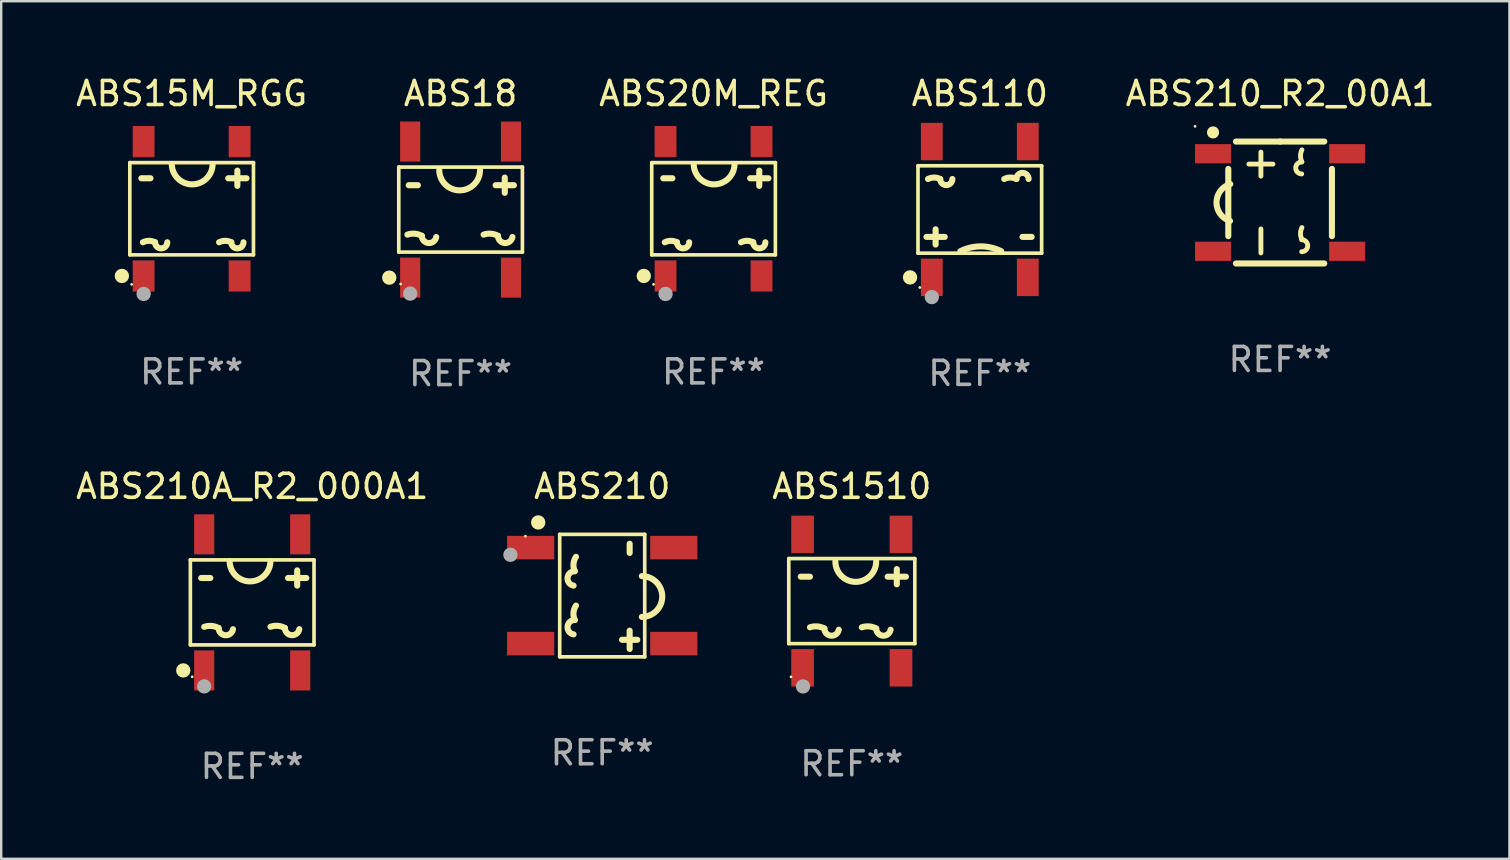
<source format=kicad_pcb>
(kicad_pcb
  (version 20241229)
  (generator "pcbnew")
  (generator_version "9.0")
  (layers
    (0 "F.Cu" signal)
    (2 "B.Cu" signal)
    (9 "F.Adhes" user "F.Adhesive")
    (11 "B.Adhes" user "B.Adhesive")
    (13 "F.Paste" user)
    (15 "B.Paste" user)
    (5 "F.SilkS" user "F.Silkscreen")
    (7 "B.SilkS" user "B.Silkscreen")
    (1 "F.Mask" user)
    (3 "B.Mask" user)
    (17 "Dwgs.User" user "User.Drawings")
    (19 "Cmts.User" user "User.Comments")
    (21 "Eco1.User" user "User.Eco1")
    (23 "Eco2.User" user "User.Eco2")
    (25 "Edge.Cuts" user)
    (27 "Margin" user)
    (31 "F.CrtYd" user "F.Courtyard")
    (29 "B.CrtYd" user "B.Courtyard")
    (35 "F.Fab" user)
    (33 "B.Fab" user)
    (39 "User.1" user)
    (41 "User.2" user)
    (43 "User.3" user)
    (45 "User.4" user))
  (footprint "ABS210"
    (layer "F.Cu")
    (at 22.042 21.766)
    (property "Reference" "ABS210" (at 0 -4.551 0) (layer "F.SilkS") (effects (font (size 1 1) (thickness 0.15))))
    (attr through_hole)
    (fp_line (start -1.771 -2.551) (end 1.771 -2.551) (stroke (width 0.152) (type solid)) (layer "F.SilkS"))
    (fp_line (start -1.771 2.551) (end -1.771 -2.551) (stroke (width 0.152) (type solid)) (layer "F.SilkS"))
    (fp_line (start 1.143 -2.159) (end 1.143 -1.778) (stroke (width 0.254) (type solid)) (layer "F.SilkS"))
    (fp_line (start 1.143 1.461) (end 1.143 2.223) (stroke (width 0.254) (type solid)) (layer "F.SilkS"))
    (fp_line (start 1.461 1.842) (end 0.826 1.842) (stroke (width 0.254) (type solid)) (layer "F.SilkS"))
    (fp_line (start 1.771 -2.551) (end 1.771 2.551) (stroke (width 0.152) (type solid)) (layer "F.SilkS"))
    (fp_line (start 1.771 2.551) (end -1.771 2.551) (stroke (width 0.152) (type solid)) (layer "F.SilkS"))
    (fp_arc (start -1.19299 -0.416027) (mid -1.4449 -0.739086) (end -1.143001 -1.016002) (stroke (width 0.254001) (type solid)) (layer "F.SilkS"))
    (fp_arc (start -1.19299 1.615977) (mid -1.4449 1.292918) (end -1.143001 1.016002) (stroke (width 0.254001) (type solid)) (layer "F.SilkS"))
    (fp_arc (start -1.143003 -1.016001) (mid -1.196792 -1.322628) (end -1.092939 -1.616104) (stroke (width 0.254001) (type solid)) (layer "F.SilkS"))
    (fp_arc (start -1.143003 1.016003) (mid -1.196792 0.709376) (end -1.092939 0.4159) (stroke (width 0.254001) (type solid)) (layer "F.SilkS"))
    (fp_arc (start 1.651004 -0.81105) (mid 2.50089 0.038976) (end 1.651003 0.889002) (stroke (width 0.254001) (type solid)) (layer "F.SilkS"))
    (fp_circle (center -3.2 -2.475) (end -3.17 -2.475) (stroke (width 0.06) (type solid)) (fill no) (layer "F.SilkS"))
    (fp_circle (center -2.667 -3.048) (end -2.517 -3.048) (stroke (width 0.3) (type solid)) (fill no) (layer "F.SilkS"))
    (fp_circle (center -3.825 -1.7) (end -3.675 -1.7) (stroke (width 0.3) (type solid)) (fill no) (layer "F.Fab"))
    (fp_text user "REF**" (at 0 6.551 0) (layer "F.Fab") (effects (font (size 1 1) (thickness 0.15))))
    (pad "1" smd rect (at -2.982 -2 90) (size 0.98 1.965) (layers "F.Cu" "F.Mask" "F.Paste"))
    (pad "2" smd rect (at -2.982 2 90) (size 0.98 1.965) (layers "F.Cu" "F.Mask" "F.Paste"))
    (pad "3" smd rect (at 2.982 2 90) (size 0.98 1.965) (layers "F.Cu" "F.Mask" "F.Paste"))
    (pad "4" smd rect (at 2.982 -2 90) (size 0.98 1.965) (layers "F.Cu" "F.Mask" "F.Paste")))
  (footprint "ABS210A_R2_000A1"
    (layer "F.Cu")
    (at 7.458 22.049)
    (property "Reference" "ABS210A_R2_000A1" (at 0 -4.835 0) (layer "F.SilkS") (effects (font (size 1 1) (thickness 0.15))))
    (attr through_hole)
    (fp_line (start -2.576 -1.771) (end 2.576 -1.771) (stroke (width 0.152) (type solid)) (layer "F.SilkS"))
    (fp_line (start -2.576 1.771) (end -2.576 -1.771) (stroke (width 0.152) (type solid)) (layer "F.SilkS"))
    (fp_line (start -2.125 -1.016) (end -1.744 -1.016) (stroke (width 0.254) (type solid)) (layer "F.SilkS"))
    (fp_line (start 1.494 -1.016) (end 2.256 -1.016) (stroke (width 0.254) (type solid)) (layer "F.SilkS"))
    (fp_line (start 1.875 -1.334) (end 1.875 -0.699) (stroke (width 0.254) (type solid)) (layer "F.SilkS"))
    (fp_line (start 2.576 -1.771) (end 2.576 1.771) (stroke (width 0.152) (type solid)) (layer "F.SilkS"))
    (fp_line (start 2.576 1.771) (end -2.576 1.771) (stroke (width 0.152) (type solid)) (layer "F.SilkS"))
    (fp_arc (start -2 1.01905) (mid -1.694694 0.981089) (end -1.399899 1.069113) (stroke (width 0.254001) (type solid)) (layer "F.SilkS"))
    (fp_arc (start -0.799924 1.119101) (mid -1.122823 1.369113) (end -1.399898 1.069114) (stroke (width 0.254001) (type solid)) (layer "F.SilkS"))
    (fp_arc (start 0.759055 -1.72474) (mid -0.09097 -0.874854) (end -0.940995 -1.724739) (stroke (width 0.254001) (type solid)) (layer "F.SilkS"))
    (fp_arc (start 0.762002 1.016002) (mid 1.067308 0.978041) (end 1.362103 1.066065) (stroke (width 0.254001) (type solid)) (layer "F.SilkS"))
    (fp_arc (start 1.962078 1.116053) (mid 1.639178 1.366066) (end 1.362102 1.066066) (stroke (width 0.254001) (type solid)) (layer "F.SilkS"))
    (fp_circle (center -2.872 2.835) (end -2.722 2.835) (stroke (width 0.3) (type solid)) (fill no) (layer "F.SilkS"))
    (fp_circle (center -2.5 3.1) (end -2.47 3.1) (stroke (width 0.06) (type solid)) (fill no) (layer "F.SilkS"))
    (fp_circle (center -2 3.5) (end -1.85 3.5) (stroke (width 0.3) (type solid)) (fill no) (layer "F.Fab"))
    (fp_text user "REF**" (at 0 6.835 0) (layer "F.Fab") (effects (font (size 1 1) (thickness 0.15))))
    (pad "1" smd rect (at -2 2.835) (size 0.84 1.67) (layers "F.Cu" "F.Mask" "F.Paste"))
    (pad "2" smd rect (at 2 2.835) (size 0.84 1.67) (layers "F.Cu" "F.Mask" "F.Paste"))
    (pad "3" smd rect (at 2 -2.835) (size 0.84 1.67) (layers "F.Cu" "F.Mask" "F.Paste"))
    (pad "4" smd rect (at -2 -2.835) (size 0.84 1.67) (layers "F.Cu" "F.Mask" "F.Paste")))
  (footprint "ABS210_R2_00A1"
    (layer "F.Cu")
    (at 50.287 5.388)
    (property "Reference" "ABS210_R2_00A1" (at 0 -4.54 0) (layer "F.SilkS") (effects (font (size 1 1) (thickness 0.15))))
    (attr through_hole)
    (fp_line (start -2.159 -1.401) (end -2.159 1.401) (stroke (width 0.254) (type solid)) (layer "F.SilkS"))
    (fp_line (start -1.84 2.54) (end 1.84 2.54) (stroke (width 0.254) (type solid)) (layer "F.SilkS"))
    (fp_line (start -0.8 -1.1) (end -0.8 -2.1) (stroke (width 0.203) (type solid)) (layer "F.SilkS"))
    (fp_line (start -0.8 2.1) (end -0.8 1.1) (stroke (width 0.203) (type solid)) (layer "F.SilkS"))
    (fp_line (start -0.3 -1.6) (end -1.3 -1.6) (stroke (width 0.203) (type solid)) (layer "F.SilkS"))
    (fp_line (start 0 -2.54) (end -1.84 -2.54) (stroke (width 0.254) (type solid)) (layer "F.SilkS"))
    (fp_line (start 0 -2.54) (end 1.84 -2.54) (stroke (width 0.254) (type solid)) (layer "F.SilkS"))
    (fp_line (start 2.159 -1.401) (end 2.159 1.401) (stroke (width 0.254) (type solid)) (layer "F.SilkS"))
    (fp_arc (start -2.087833 0.768682) (mid -2.650369 -0.004168) (end -2.076556 -0.768683) (stroke (width 0.254001) (type solid)) (layer "F.SilkS"))
    (fp_arc (start 0.899161 1.549404) (mid 1.149161 1.799594) (end 0.899162 2.049784) (stroke (width 0.2032) (type solid)) (layer "F.SilkS"))
    (fp_arc (start 0.899162 -1.191262) (mid 0.651318 -1.440183) (end 0.899161 -1.689104) (stroke (width 0.2032) (type solid)) (layer "F.SilkS"))
    (fp_arc (start 0.909321 1.544323) (mid 0.850239 1.294132) (end 0.909322 1.043942) (stroke (width 0.2032) (type solid)) (layer "F.SilkS"))
    (fp_arc (start 0.909322 -1.694184) (mid 0.85024 -1.944374) (end 0.909322 -2.194564) (stroke (width 0.2032) (type solid)) (layer "F.SilkS"))
    (fp_circle (center -3.544 -3.175) (end -3.514 -3.175) (stroke (width 0.06) (type solid)) (fill no) (layer "F.SilkS"))
    (fp_circle (center -2.794 -2.921) (end -2.667 -2.921) (stroke (width 0.254) (type solid)) (fill no) (layer "F.SilkS"))
    (fp_text user "REF**" (at 0 6.54 0) (layer "F.Fab") (effects (font (size 1 1) (thickness 0.15))))
    (pad "1" smd rect (at -2.794 -2.032 90) (size 0.8 1.5) (layers "F.Cu" "F.Mask" "F.Paste"))
    (pad "2" smd rect (at -2.794 2.032 90) (size 0.8 1.5) (layers "F.Cu" "F.Mask" "F.Paste"))
    (pad "3" smd rect (at 2.794 2.032 90) (size 0.8 1.5) (layers "F.Cu" "F.Mask" "F.Paste"))
    (pad "4" smd rect (at 2.794 -2.032 90) (size 0.8 1.5) (layers "F.Cu" "F.Mask" "F.Paste")))
  (footprint "ABS110"
    (layer "F.Cu")
    (at 37.775 5.678)
    (property "Reference" "ABS110" (at 0 -4.83 0) (layer "F.SilkS") (effects (font (size 1 1) (thickness 0.15))))
    (attr through_hole)
    (fp_line (start -2.576 -1.821) (end 2.576 -1.821) (stroke (width 0.152) (type solid)) (layer "F.SilkS"))
    (fp_line (start -2.576 1.821) (end -2.576 -1.821) (stroke (width 0.152) (type solid)) (layer "F.SilkS"))
    (fp_line (start -1.842 1.461) (end -1.842 0.826) (stroke (width 0.254) (type solid)) (layer "F.SilkS"))
    (fp_line (start -1.461 1.143) (end -2.223 1.143) (stroke (width 0.254) (type solid)) (layer "F.SilkS"))
    (fp_line (start 2.159 1.143) (end 1.778 1.143) (stroke (width 0.254) (type solid)) (layer "F.SilkS"))
    (fp_line (start 2.576 -1.821) (end 2.576 1.821) (stroke (width 0.152) (type solid)) (layer "F.SilkS"))
    (fp_line (start 2.576 1.821) (end -2.576 1.821) (stroke (width 0.152) (type solid)) (layer "F.SilkS"))
    (fp_arc (start -2.159004 -1.270003) (mid -1.905004 -1.329964) (end -1.651003 -1.270003) (stroke (width 0.254001) (type solid)) (layer "F.SilkS"))
    (fp_arc (start -1.143002 -1.270003) (mid -1.397003 -1.016002) (end -1.651004 -1.270003) (stroke (width 0.254001) (type solid)) (layer "F.SilkS"))
    (fp_arc (start -0.809881 1.73871) (mid 0.040144 1.538031) (end 0.89017 1.738709) (stroke (width 0.254001) (type solid)) (layer "F.SilkS"))
    (fp_arc (start 1.016002 -1.270003) (mid 1.270003 -1.329965) (end 1.524003 -1.270003) (stroke (width 0.254001) (type solid)) (layer "F.SilkS"))
    (fp_arc (start 1.524004 -1.270003) (mid 1.778004 -1.524003) (end 2.032004 -1.270003) (stroke (width 0.254001) (type solid)) (layer "F.SilkS"))
    (fp_circle (center -2.907 2.83) (end -2.757 2.83) (stroke (width 0.3) (type solid)) (fill no) (layer "F.SilkS"))
    (fp_circle (center -2.5 3.25) (end -2.47 3.25) (stroke (width 0.06) (type solid)) (fill no) (layer "F.SilkS"))
    (fp_circle (center -2 3.65) (end -1.85 3.65) (stroke (width 0.3) (type solid)) (fill no) (layer "F.Fab"))
    (fp_text user "REF**" (at 0 6.83 0) (layer "F.Fab") (effects (font (size 1 1) (thickness 0.15))))
    (pad "1" smd rect (at -2 2.83) (size 0.91 1.56) (layers "F.Cu" "F.Mask" "F.Paste"))
    (pad "2" smd rect (at 2 2.83) (size 0.91 1.56) (layers "F.Cu" "F.Mask" "F.Paste"))
    (pad "3" smd rect (at 2 -2.83) (size 0.91 1.56) (layers "F.Cu" "F.Mask" "F.Paste"))
    (pad "4" smd rect (at -2 -2.83) (size 0.91 1.56) (layers "F.Cu" "F.Mask" "F.Paste")))
  (footprint "ABS18"
    (layer "F.Cu")
    (at 16.141 5.683)
    (property "Reference" "ABS18" (at 0 -4.835 0) (layer "F.SilkS") (effects (font (size 1 1) (thickness 0.15))))
    (attr through_hole)
    (fp_line (start -2.576 -1.771) (end 2.576 -1.771) (stroke (width 0.152) (type solid)) (layer "F.SilkS"))
    (fp_line (start -2.576 1.771) (end -2.576 -1.771) (stroke (width 0.152) (type solid)) (layer "F.SilkS"))
    (fp_line (start -2.16 -1.016) (end -1.779 -1.016) (stroke (width 0.254) (type solid)) (layer "F.SilkS"))
    (fp_line (start 1.46 -1.016) (end 2.222 -1.016) (stroke (width 0.254) (type solid)) (layer "F.SilkS"))
    (fp_line (start 1.841 -1.334) (end 1.841 -0.699) (stroke (width 0.254) (type solid)) (layer "F.SilkS"))
    (fp_line (start 2.576 -1.771) (end 2.576 1.771) (stroke (width 0.152) (type solid)) (layer "F.SilkS"))
    (fp_line (start 2.576 1.771) (end -2.576 1.771) (stroke (width 0.152) (type solid)) (layer "F.SilkS"))
    (fp_arc (start -2.216078 1.042951) (mid -1.910784 1.004994) (end -1.616001 1.093015) (stroke (width 0.254001) (type solid)) (layer "F.SilkS"))
    (fp_arc (start -1.016002 1.143002) (mid -1.338913 1.393016) (end -1.616002 1.093016) (stroke (width 0.254001) (type solid)) (layer "F.SilkS"))
    (fp_arc (start 0.811024 -1.651003) (mid -0.038989 -0.801117) (end -0.889002 -1.651003) (stroke (width 0.254001) (type solid)) (layer "F.SilkS"))
    (fp_arc (start 0.958928 1.042926) (mid 1.264237 1.004981) (end 1.55903 1.093015) (stroke (width 0.254001) (type solid)) (layer "F.SilkS"))
    (fp_arc (start 2.159004 1.143002) (mid 1.836105 1.393014) (end 1.55903 1.093015) (stroke (width 0.254001) (type solid)) (layer "F.SilkS"))
    (fp_circle (center -2.972 2.835) (end -2.822 2.835) (stroke (width 0.3) (type solid)) (fill no) (layer "F.SilkS"))
    (fp_circle (center -2.5 3.1) (end -2.47 3.1) (stroke (width 0.06) (type solid)) (fill no) (layer "F.SilkS"))
    (fp_circle (center -2.1 3.5) (end -1.95 3.5) (stroke (width 0.3) (type solid)) (fill no) (layer "F.Fab"))
    (fp_text user "REF**" (at 0 6.835 0) (layer "F.Fab") (effects (font (size 1 1) (thickness 0.15))))
    (pad "1" smd rect (at -2.1 2.835) (size 0.84 1.67) (layers "F.Cu" "F.Mask" "F.Paste"))
    (pad "2" smd rect (at 2.1 2.835) (size 0.84 1.67) (layers "F.Cu" "F.Mask" "F.Paste"))
    (pad "3" smd rect (at 2.1 -2.835) (size 0.84 1.67) (layers "F.Cu" "F.Mask" "F.Paste"))
    (pad "4" smd rect (at -2.1 -2.835) (size 0.84 1.67) (layers "F.Cu" "F.Mask" "F.Paste")))
  (footprint "ABS20M_REG"
    (layer "F.Cu")
    (at 26.681 5.648)
    (property "Reference" "ABS20M_REG" (at 0 -4.8 0) (layer "F.SilkS") (effects (font (size 1 1) (thickness 0.15))))
    (attr through_hole)
    (fp_line (start -2.576 -1.921) (end 2.576 -1.921) (stroke (width 0.152) (type solid)) (layer "F.SilkS"))
    (fp_line (start -2.576 1.921) (end -2.576 -1.921) (stroke (width 0.152) (type solid)) (layer "F.SilkS"))
    (fp_line (start -2.096 -1.27) (end -1.715 -1.27) (stroke (width 0.254) (type solid)) (layer "F.SilkS"))
    (fp_line (start 1.524 -1.27) (end 2.286 -1.27) (stroke (width 0.254) (type solid)) (layer "F.SilkS"))
    (fp_line (start 1.905 -1.588) (end 1.905 -0.953) (stroke (width 0.254) (type solid)) (layer "F.SilkS"))
    (fp_line (start 2.576 -1.921) (end 2.576 1.921) (stroke (width 0.152) (type solid)) (layer "F.SilkS"))
    (fp_line (start 2.576 1.921) (end -2.576 1.921) (stroke (width 0.152) (type solid)) (layer "F.SilkS"))
    (fp_arc (start -2.032004 1.397003) (mid -1.778004 1.337042) (end -1.524003 1.397003) (stroke (width 0.254001) (type solid)) (layer "F.SilkS"))
    (fp_arc (start -1.016002 1.397003) (mid -1.270003 1.651004) (end -1.524004 1.397003) (stroke (width 0.254001) (type solid)) (layer "F.SilkS"))
    (fp_arc (start 0.873381 -1.86571) (mid 0.023355 -1.015824) (end -0.826671 -1.865711) (stroke (width 0.254001) (type solid)) (layer "F.SilkS"))
    (fp_arc (start 1.143002 1.397003) (mid 1.397003 1.337041) (end 1.651003 1.397003) (stroke (width 0.254001) (type solid)) (layer "F.SilkS"))
    (fp_arc (start 2.159004 1.397003) (mid 1.905004 1.651003) (end 1.651004 1.397003) (stroke (width 0.254001) (type solid)) (layer "F.SilkS"))
    (fp_circle (center -2.907 2.8) (end -2.757 2.8) (stroke (width 0.3) (type solid)) (fill no) (layer "F.SilkS"))
    (fp_circle (center -2.5 3.15) (end -2.47 3.15) (stroke (width 0.06) (type solid)) (fill no) (layer "F.SilkS"))
    (fp_circle (center -2 3.55) (end -1.85 3.55) (stroke (width 0.3) (type solid)) (fill no) (layer "F.Fab"))
    (fp_text user "REF**" (at 0 6.8 0) (layer "F.Fab") (effects (font (size 1 1) (thickness 0.15))))
    (pad "1" smd rect (at -2 2.8) (size 0.91 1.3) (layers "F.Cu" "F.Mask" "F.Paste"))
    (pad "2" smd rect (at 2 2.8) (size 0.91 1.3) (layers "F.Cu" "F.Mask" "F.Paste"))
    (pad "3" smd rect (at 2 -2.8) (size 0.91 1.3) (layers "F.Cu" "F.Mask" "F.Paste"))
    (pad "4" smd rect (at -2 -2.8) (size 0.91 1.3) (layers "F.Cu" "F.Mask" "F.Paste")))
  (footprint "ABS15M_RGG"
    (layer "F.Cu")
    (at 4.935 5.648)
    (property "Reference" "ABS15M_RGG" (at 0 -4.8 0) (layer "F.SilkS") (effects (font (size 1 1) (thickness 0.15))))
    (attr through_hole)
    (fp_line (start -2.576 -1.921) (end 2.576 -1.921) (stroke (width 0.152) (type solid)) (layer "F.SilkS"))
    (fp_line (start -2.576 1.921) (end -2.576 -1.921) (stroke (width 0.152) (type solid)) (layer "F.SilkS"))
    (fp_line (start -2.096 -1.27) (end -1.715 -1.27) (stroke (width 0.254) (type solid)) (layer "F.SilkS"))
    (fp_line (start 1.524 -1.27) (end 2.286 -1.27) (stroke (width 0.254) (type solid)) (layer "F.SilkS"))
    (fp_line (start 1.905 -1.588) (end 1.905 -0.953) (stroke (width 0.254) (type solid)) (layer "F.SilkS"))
    (fp_line (start 2.576 -1.921) (end 2.576 1.921) (stroke (width 0.152) (type solid)) (layer "F.SilkS"))
    (fp_line (start 2.576 1.921) (end -2.576 1.921) (stroke (width 0.152) (type solid)) (layer "F.SilkS"))
    (fp_arc (start -2.032004 1.397003) (mid -1.778004 1.337042) (end -1.524003 1.397003) (stroke (width 0.254001) (type solid)) (layer "F.SilkS"))
    (fp_arc (start -1.016002 1.397003) (mid -1.270003 1.651004) (end -1.524004 1.397003) (stroke (width 0.254001) (type solid)) (layer "F.SilkS"))
    (fp_arc (start 0.873381 -1.86571) (mid 0.023355 -1.015824) (end -0.826671 -1.865711) (stroke (width 0.254001) (type solid)) (layer "F.SilkS"))
    (fp_arc (start 1.143002 1.397003) (mid 1.397003 1.337041) (end 1.651003 1.397003) (stroke (width 0.254001) (type solid)) (layer "F.SilkS"))
    (fp_arc (start 2.159004 1.397003) (mid 1.905004 1.651003) (end 1.651004 1.397003) (stroke (width 0.254001) (type solid)) (layer "F.SilkS"))
    (fp_circle (center -2.907 2.8) (end -2.757 2.8) (stroke (width 0.3) (type solid)) (fill no) (layer "F.SilkS"))
    (fp_circle (center -2.5 3.15) (end -2.47 3.15) (stroke (width 0.06) (type solid)) (fill no) (layer "F.SilkS"))
    (fp_circle (center -2 3.55) (end -1.85 3.55) (stroke (width 0.3) (type solid)) (fill no) (layer "F.Fab"))
    (fp_text user "REF**" (at 0 6.8 0) (layer "F.Fab") (effects (font (size 1 1) (thickness 0.15))))
    (pad "1" smd rect (at -2 2.8) (size 0.91 1.3) (layers "F.Cu" "F.Mask" "F.Paste"))
    (pad "2" smd rect (at 2 2.8) (size 0.91 1.3) (layers "F.Cu" "F.Mask" "F.Paste"))
    (pad "3" smd rect (at 2 -2.8) (size 0.91 1.3) (layers "F.Cu" "F.Mask" "F.Paste"))
    (pad "4" smd rect (at -2 -2.8) (size 0.91 1.3) (layers "F.Cu" "F.Mask" "F.Paste")))
  (footprint "ABS1510"
    (layer "F.Cu")
    (at 32.441 21.995)
    (property "Reference" "ABS1510" (at 0 -4.78 0) (layer "F.SilkS") (effects (font (size 1 1) (thickness 0.15))))
    (attr through_hole)
    (fp_line (start -2.626 -1.771) (end 2.626 -1.771) (stroke (width 0.152) (type solid)) (layer "F.SilkS"))
    (fp_line (start -2.626 1.771) (end -2.626 -1.771) (stroke (width 0.152) (type solid)) (layer "F.SilkS"))
    (fp_line (start -2.125 -1.016) (end -1.744 -1.016) (stroke (width 0.254) (type solid)) (layer "F.SilkS"))
    (fp_line (start 1.494 -1.016) (end 2.256 -1.016) (stroke (width 0.254) (type solid)) (layer "F.SilkS"))
    (fp_line (start 1.875 -1.334) (end 1.875 -0.699) (stroke (width 0.254) (type solid)) (layer "F.SilkS"))
    (fp_line (start 2.626 -1.771) (end 2.626 1.771) (stroke (width 0.152) (type solid)) (layer "F.SilkS"))
    (fp_line (start 2.626 1.771) (end -2.626 1.771) (stroke (width 0.152) (type solid)) (layer "F.SilkS"))
    (fp_arc (start -1.74304 1.092786) (mid -1.437734 1.054825) (end -1.142938 1.14285) (stroke (width 0.254001) (type solid)) (layer "F.SilkS"))
    (fp_arc (start -0.542964 1.192837) (mid -0.865864 1.44285) (end -1.14294 1.14285) (stroke (width 0.254001) (type solid)) (layer "F.SilkS"))
    (fp_arc (start 0.415964 1.092786) (mid 0.72127 1.054825) (end 1.016066 1.14285) (stroke (width 0.254001) (type solid)) (layer "F.SilkS"))
    (fp_arc (start 1.016015 -1.651003) (mid 0.165989 -0.801117) (end -0.684037 -1.651004) (stroke (width 0.254001) (type solid)) (layer "F.SilkS"))
    (fp_arc (start 1.61604 1.192837) (mid 1.293141 1.442849) (end 1.016066 1.14285) (stroke (width 0.254001) (type solid)) (layer "F.SilkS"))
    (fp_circle (center -2.532 3.156) (end -2.502 3.156) (stroke (width 0.06) (type solid)) (fill no) (layer "F.SilkS"))
    (fp_circle (center -2.032 3.556) (end -1.882 3.556) (stroke (width 0.3) (type solid)) (fill no) (layer "F.Fab"))
    (fp_text user "REF**" (at 0 6.78 0) (layer "F.Fab") (effects (font (size 1 1) (thickness 0.15))))
    (pad "1" smd rect (at -2.05 2.78 180) (size 0.945 1.56) (layers "F.Cu" "F.Mask" "F.Paste"))
    (pad "2" smd rect (at 2.05 2.78 180) (size 0.945 1.56) (layers "F.Cu" "F.Mask" "F.Paste"))
    (pad "3" smd rect (at 2.05 -2.78 180) (size 0.945 1.56) (layers "F.Cu" "F.Mask" "F.Paste"))
    (pad "4" smd rect (at -2.05 -2.78 180) (size 0.945 1.56) (layers "F.Cu" "F.Mask" "F.Paste")))
  (gr_rect
    (start -3 -3)
    (end 59.841 32.733)
    (stroke (width 0.1) (type default))
    (fill no)
    (layer "Edge.Cuts")))
</source>
